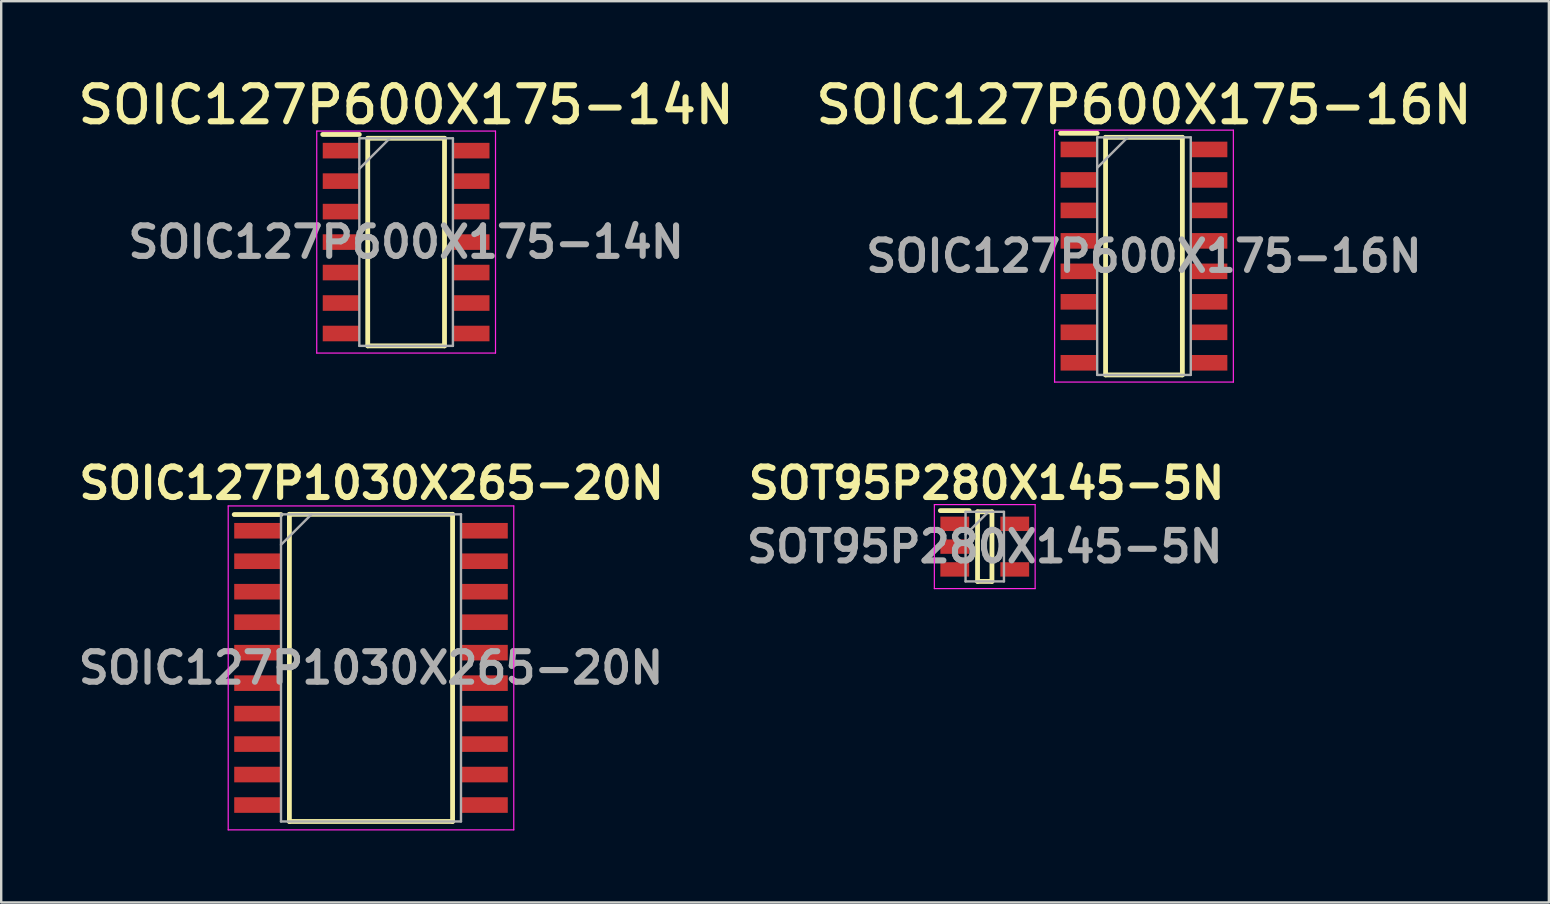
<source format=kicad_pcb>
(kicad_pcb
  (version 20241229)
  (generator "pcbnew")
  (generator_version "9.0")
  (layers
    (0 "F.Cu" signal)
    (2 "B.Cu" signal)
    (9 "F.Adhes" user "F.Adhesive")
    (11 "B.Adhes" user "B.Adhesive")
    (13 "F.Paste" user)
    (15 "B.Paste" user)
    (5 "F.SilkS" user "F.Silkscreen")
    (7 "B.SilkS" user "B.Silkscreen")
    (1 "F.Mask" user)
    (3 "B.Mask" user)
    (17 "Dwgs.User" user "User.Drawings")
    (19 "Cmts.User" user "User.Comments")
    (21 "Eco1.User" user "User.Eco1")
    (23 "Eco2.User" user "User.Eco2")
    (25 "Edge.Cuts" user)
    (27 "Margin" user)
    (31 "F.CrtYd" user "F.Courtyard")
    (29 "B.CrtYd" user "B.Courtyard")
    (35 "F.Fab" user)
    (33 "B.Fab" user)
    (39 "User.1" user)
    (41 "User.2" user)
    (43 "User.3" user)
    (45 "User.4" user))
  (footprint "SOIC127P600X175-14N"
    (layer "F.Cu")
    (at 13.874 7.038)
    (property "Reference" "SOIC127P600X175-14N" (at 0 -5.715 0) (layer "F.SilkS") (effects (font (size 1.5 1.5) (thickness 0.254))))
    (attr smd)
    (fp_line (start -3.475 -4.485) (end -1.95 -4.485) (stroke (width 0.2) (type solid)) (layer "F.SilkS"))
    (fp_line (start -1.6 -4.325) (end 1.6 -4.325) (stroke (width 0.2) (type solid)) (layer "F.SilkS"))
    (fp_line (start -1.6 4.325) (end -1.6 -4.325) (stroke (width 0.2) (type solid)) (layer "F.SilkS"))
    (fp_line (start 1.6 -4.325) (end 1.6 4.325) (stroke (width 0.2) (type solid)) (layer "F.SilkS"))
    (fp_line (start 1.6 4.325) (end -1.6 4.325) (stroke (width 0.2) (type solid)) (layer "F.SilkS"))
    (fp_line (start -3.725 -4.625) (end 3.725 -4.625) (stroke (width 0.05) (type solid)) (layer "F.CrtYd"))
    (fp_line (start -3.725 4.625) (end -3.725 -4.625) (stroke (width 0.05) (type solid)) (layer "F.CrtYd"))
    (fp_line (start 3.725 -4.625) (end 3.725 4.625) (stroke (width 0.05) (type solid)) (layer "F.CrtYd"))
    (fp_line (start 3.725 4.625) (end -3.725 4.625) (stroke (width 0.05) (type solid)) (layer "F.CrtYd"))
    (fp_line (start -1.95 -4.325) (end 1.95 -4.325) (stroke (width 0.1) (type solid)) (layer "F.Fab"))
    (fp_line (start -1.95 -3.055) (end -0.68 -4.325) (stroke (width 0.1) (type solid)) (layer "F.Fab"))
    (fp_line (start -1.95 4.325) (end -1.95 -4.325) (stroke (width 0.1) (type solid)) (layer "F.Fab"))
    (fp_line (start 1.95 -4.325) (end 1.95 4.325) (stroke (width 0.1) (type solid)) (layer "F.Fab"))
    (fp_line (start 1.95 4.325) (end -1.95 4.325) (stroke (width 0.1) (type solid)) (layer "F.Fab"))
    (fp_text user "${REFERENCE}" (at 0 0 0) (layer "F.Fab") (effects (font (size 1.27 1.27) (thickness 0.254))))
    (pad "1" smd rect (at -2.712 -3.81 90) (size 0.65 1.525) (layers "F.Cu" "F.Mask" "F.Paste"))
    (pad "2" smd rect (at -2.712 -2.54 90) (size 0.65 1.525) (layers "F.Cu" "F.Mask" "F.Paste"))
    (pad "3" smd rect (at -2.712 -1.27 90) (size 0.65 1.525) (layers "F.Cu" "F.Mask" "F.Paste"))
    (pad "4" smd rect (at -2.712 0 90) (size 0.65 1.525) (layers "F.Cu" "F.Mask" "F.Paste"))
    (pad "5" smd rect (at -2.712 1.27 90) (size 0.65 1.525) (layers "F.Cu" "F.Mask" "F.Paste"))
    (pad "6" smd rect (at -2.712 2.54 90) (size 0.65 1.525) (layers "F.Cu" "F.Mask" "F.Paste"))
    (pad "7" smd rect (at -2.712 3.81 90) (size 0.65 1.525) (layers "F.Cu" "F.Mask" "F.Paste"))
    (pad "8" smd rect (at 2.712 3.81 90) (size 0.65 1.525) (layers "F.Cu" "F.Mask" "F.Paste"))
    (pad "9" smd rect (at 2.712 2.54 90) (size 0.65 1.525) (layers "F.Cu" "F.Mask" "F.Paste"))
    (pad "10" smd rect (at 2.712 1.27 90) (size 0.65 1.525) (layers "F.Cu" "F.Mask" "F.Paste"))
    (pad "11" smd rect (at 2.712 0 90) (size 0.65 1.525) (layers "F.Cu" "F.Mask" "F.Paste"))
    (pad "12" smd rect (at 2.712 -1.27 90) (size 0.65 1.525) (layers "F.Cu" "F.Mask" "F.Paste"))
    (pad "13" smd rect (at 2.712 -2.54 90) (size 0.65 1.525) (layers "F.Cu" "F.Mask" "F.Paste"))
    (pad "14" smd rect (at 2.712 -3.81 90) (size 0.65 1.525) (layers "F.Cu" "F.Mask" "F.Paste")))
  (footprint "SOT95P280X145-5N"
    (layer "F.Cu")
    (at 37.987 19.729)
    (property "Reference" "SOT95P280X145-5N" (at 0.076 -2.642 0) (layer "F.SilkS") (effects (font (size 1.27 1.27) (thickness 0.254))))
    (attr smd)
    (fp_line (start -1.85 -1.5) (end -0.65 -1.5) (stroke (width 0.2) (type solid)) (layer "F.SilkS"))
    (fp_line (start -0.3 -1.45) (end 0.3 -1.45) (stroke (width 0.2) (type solid)) (layer "F.SilkS"))
    (fp_line (start -0.3 1.45) (end -0.3 -1.45) (stroke (width 0.2) (type solid)) (layer "F.SilkS"))
    (fp_line (start 0.3 -1.45) (end 0.3 1.45) (stroke (width 0.2) (type solid)) (layer "F.SilkS"))
    (fp_line (start 0.3 1.45) (end -0.3 1.45) (stroke (width 0.2) (type solid)) (layer "F.SilkS"))
    (fp_line (start -2.1 -1.75) (end 2.1 -1.75) (stroke (width 0.05) (type solid)) (layer "F.CrtYd"))
    (fp_line (start -2.1 1.75) (end -2.1 -1.75) (stroke (width 0.05) (type solid)) (layer "F.CrtYd"))
    (fp_line (start 2.1 -1.75) (end 2.1 1.75) (stroke (width 0.05) (type solid)) (layer "F.CrtYd"))
    (fp_line (start 2.1 1.75) (end -2.1 1.75) (stroke (width 0.05) (type solid)) (layer "F.CrtYd"))
    (fp_line (start -0.8 -1.45) (end 0.8 -1.45) (stroke (width 0.1) (type solid)) (layer "F.Fab"))
    (fp_line (start -0.8 -0.5) (end 0.15 -1.45) (stroke (width 0.1) (type solid)) (layer "F.Fab"))
    (fp_line (start -0.8 1.45) (end -0.8 -1.45) (stroke (width 0.1) (type solid)) (layer "F.Fab"))
    (fp_line (start 0.8 -1.45) (end 0.8 1.45) (stroke (width 0.1) (type solid)) (layer "F.Fab"))
    (fp_line (start 0.8 1.45) (end -0.8 1.45) (stroke (width 0.1) (type solid)) (layer "F.Fab"))
    (fp_text user "${REFERENCE}" (at 0 0 0) (layer "F.Fab") (effects (font (size 1.27 1.27) (thickness 0.254))))
    (pad "1" smd rect (at -1.25 -0.95 90) (size 0.6 1.2) (layers "F.Cu" "F.Mask" "F.Paste"))
    (pad "2" smd rect (at -1.25 0 90) (size 0.6 1.2) (layers "F.Cu" "F.Mask" "F.Paste"))
    (pad "3" smd rect (at -1.25 0.95 90) (size 0.6 1.2) (layers "F.Cu" "F.Mask" "F.Paste"))
    (pad "4" smd rect (at 1.25 0.95 90) (size 0.6 1.2) (layers "F.Cu" "F.Mask" "F.Paste"))
    (pad "5" smd rect (at 1.25 -0.95 90) (size 0.6 1.2) (layers "F.Cu" "F.Mask" "F.Paste")))
  (footprint "SOIC127P1030X265-20N"
    (layer "F.Cu")
    (at 12.41 24.783)
    (property "Reference" "SOIC127P1030X265-20N" (at 0.025 -7.696 0) (layer "F.SilkS") (effects (font (size 1.27 1.27) (thickness 0.254))))
    (attr smd)
    (fp_line (start -5.7 -6.39) (end -3.75 -6.39) (stroke (width 0.2) (type solid)) (layer "F.SilkS"))
    (fp_line (start -3.4 -6.4) (end 3.4 -6.4) (stroke (width 0.2) (type solid)) (layer "F.SilkS"))
    (fp_line (start -3.4 6.4) (end -3.4 -6.4) (stroke (width 0.2) (type solid)) (layer "F.SilkS"))
    (fp_line (start 3.4 -6.4) (end 3.4 6.4) (stroke (width 0.2) (type solid)) (layer "F.SilkS"))
    (fp_line (start 3.4 6.4) (end -3.4 6.4) (stroke (width 0.2) (type solid)) (layer "F.SilkS"))
    (fp_line (start -5.95 -6.75) (end 5.95 -6.75) (stroke (width 0.05) (type solid)) (layer "F.CrtYd"))
    (fp_line (start -5.95 6.75) (end -5.95 -6.75) (stroke (width 0.05) (type solid)) (layer "F.CrtYd"))
    (fp_line (start 5.95 -6.75) (end 5.95 6.75) (stroke (width 0.05) (type solid)) (layer "F.CrtYd"))
    (fp_line (start 5.95 6.75) (end -5.95 6.75) (stroke (width 0.05) (type solid)) (layer "F.CrtYd"))
    (fp_line (start -3.75 -6.4) (end 3.75 -6.4) (stroke (width 0.1) (type solid)) (layer "F.Fab"))
    (fp_line (start -3.75 -5.13) (end -2.48 -6.4) (stroke (width 0.1) (type solid)) (layer "F.Fab"))
    (fp_line (start -3.75 6.4) (end -3.75 -6.4) (stroke (width 0.1) (type solid)) (layer "F.Fab"))
    (fp_line (start 3.75 -6.4) (end 3.75 6.4) (stroke (width 0.1) (type solid)) (layer "F.Fab"))
    (fp_line (start 3.75 6.4) (end -3.75 6.4) (stroke (width 0.1) (type solid)) (layer "F.Fab"))
    (fp_text user "${REFERENCE}" (at 0 0 0) (layer "F.Fab") (effects (font (size 1.27 1.27) (thickness 0.254))))
    (pad "1" smd rect (at -4.725 -5.715 90) (size 0.65 1.95) (layers "F.Cu" "F.Mask" "F.Paste"))
    (pad "2" smd rect (at -4.725 -4.445 90) (size 0.65 1.95) (layers "F.Cu" "F.Mask" "F.Paste"))
    (pad "3" smd rect (at -4.725 -3.175 90) (size 0.65 1.95) (layers "F.Cu" "F.Mask" "F.Paste"))
    (pad "4" smd rect (at -4.725 -1.905 90) (size 0.65 1.95) (layers "F.Cu" "F.Mask" "F.Paste"))
    (pad "5" smd rect (at -4.725 -0.635 90) (size 0.65 1.95) (layers "F.Cu" "F.Mask" "F.Paste"))
    (pad "6" smd rect (at -4.725 0.635 90) (size 0.65 1.95) (layers "F.Cu" "F.Mask" "F.Paste"))
    (pad "7" smd rect (at -4.725 1.905 90) (size 0.65 1.95) (layers "F.Cu" "F.Mask" "F.Paste"))
    (pad "8" smd rect (at -4.725 3.175 90) (size 0.65 1.95) (layers "F.Cu" "F.Mask" "F.Paste"))
    (pad "9" smd rect (at -4.725 4.445 90) (size 0.65 1.95) (layers "F.Cu" "F.Mask" "F.Paste"))
    (pad "10" smd rect (at -4.725 5.715 90) (size 0.65 1.95) (layers "F.Cu" "F.Mask" "F.Paste"))
    (pad "11" smd rect (at 4.725 5.715 90) (size 0.65 1.95) (layers "F.Cu" "F.Mask" "F.Paste"))
    (pad "12" smd rect (at 4.725 4.445 90) (size 0.65 1.95) (layers "F.Cu" "F.Mask" "F.Paste"))
    (pad "13" smd rect (at 4.725 3.175 90) (size 0.65 1.95) (layers "F.Cu" "F.Mask" "F.Paste"))
    (pad "14" smd rect (at 4.725 1.905 90) (size 0.65 1.95) (layers "F.Cu" "F.Mask" "F.Paste"))
    (pad "15" smd rect (at 4.725 0.635 90) (size 0.65 1.95) (layers "F.Cu" "F.Mask" "F.Paste"))
    (pad "16" smd rect (at 4.725 -0.635 90) (size 0.65 1.95) (layers "F.Cu" "F.Mask" "F.Paste"))
    (pad "17" smd rect (at 4.725 -1.905 90) (size 0.65 1.95) (layers "F.Cu" "F.Mask" "F.Paste"))
    (pad "18" smd rect (at 4.725 -3.175 90) (size 0.65 1.95) (layers "F.Cu" "F.Mask" "F.Paste"))
    (pad "19" smd rect (at 4.725 -4.445 90) (size 0.65 1.95) (layers "F.Cu" "F.Mask" "F.Paste"))
    (pad "20" smd rect (at 4.725 -5.715 90) (size 0.65 1.95) (layers "F.Cu" "F.Mask" "F.Paste")))
  (footprint "SOIC127P600X175-16N"
    (layer "F.Cu")
    (at 44.622 7.623)
    (property "Reference" "SOIC127P600X175-16N" (at 0 -6.3 0) (layer "F.SilkS") (effects (font (size 1.5 1.5) (thickness 0.254))))
    (attr smd)
    (fp_line (start -3.475 -5.12) (end -1.95 -5.12) (stroke (width 0.2) (type solid)) (layer "F.SilkS"))
    (fp_line (start -1.6 -4.95) (end 1.6 -4.95) (stroke (width 0.2) (type solid)) (layer "F.SilkS"))
    (fp_line (start -1.6 4.95) (end -1.6 -4.95) (stroke (width 0.2) (type solid)) (layer "F.SilkS"))
    (fp_line (start 1.6 -4.95) (end 1.6 4.95) (stroke (width 0.2) (type solid)) (layer "F.SilkS"))
    (fp_line (start 1.6 4.95) (end -1.6 4.95) (stroke (width 0.2) (type solid)) (layer "F.SilkS"))
    (fp_line (start -3.725 -5.25) (end 3.725 -5.25) (stroke (width 0.05) (type solid)) (layer "F.CrtYd"))
    (fp_line (start -3.725 5.25) (end -3.725 -5.25) (stroke (width 0.05) (type solid)) (layer "F.CrtYd"))
    (fp_line (start 3.725 -5.25) (end 3.725 5.25) (stroke (width 0.05) (type solid)) (layer "F.CrtYd"))
    (fp_line (start 3.725 5.25) (end -3.725 5.25) (stroke (width 0.05) (type solid)) (layer "F.CrtYd"))
    (fp_line (start -1.95 -4.95) (end 1.95 -4.95) (stroke (width 0.1) (type solid)) (layer "F.Fab"))
    (fp_line (start -1.95 -3.68) (end -0.68 -4.95) (stroke (width 0.1) (type solid)) (layer "F.Fab"))
    (fp_line (start -1.95 4.95) (end -1.95 -4.95) (stroke (width 0.1) (type solid)) (layer "F.Fab"))
    (fp_line (start 1.95 -4.95) (end 1.95 4.95) (stroke (width 0.1) (type solid)) (layer "F.Fab"))
    (fp_line (start 1.95 4.95) (end -1.95 4.95) (stroke (width 0.1) (type solid)) (layer "F.Fab"))
    (fp_text user "${REFERENCE}" (at 0 0 0) (layer "F.Fab") (effects (font (size 1.27 1.27) (thickness 0.254))))
    (pad "1" smd rect (at -2.712 -4.445 90) (size 0.65 1.525) (layers "F.Cu" "F.Mask" "F.Paste"))
    (pad "2" smd rect (at -2.712 -3.175 90) (size 0.65 1.525) (layers "F.Cu" "F.Mask" "F.Paste"))
    (pad "3" smd rect (at -2.712 -1.905 90) (size 0.65 1.525) (layers "F.Cu" "F.Mask" "F.Paste"))
    (pad "4" smd rect (at -2.712 -0.635 90) (size 0.65 1.525) (layers "F.Cu" "F.Mask" "F.Paste"))
    (pad "5" smd rect (at -2.712 0.635 90) (size 0.65 1.525) (layers "F.Cu" "F.Mask" "F.Paste"))
    (pad "6" smd rect (at -2.712 1.905 90) (size 0.65 1.525) (layers "F.Cu" "F.Mask" "F.Paste"))
    (pad "7" smd rect (at -2.712 3.175 90) (size 0.65 1.525) (layers "F.Cu" "F.Mask" "F.Paste"))
    (pad "8" smd rect (at -2.712 4.445 90) (size 0.65 1.525) (layers "F.Cu" "F.Mask" "F.Paste"))
    (pad "9" smd rect (at 2.712 4.445 90) (size 0.65 1.525) (layers "F.Cu" "F.Mask" "F.Paste"))
    (pad "10" smd rect (at 2.712 3.175 90) (size 0.65 1.525) (layers "F.Cu" "F.Mask" "F.Paste"))
    (pad "11" smd rect (at 2.712 1.905 90) (size 0.65 1.525) (layers "F.Cu" "F.Mask" "F.Paste"))
    (pad "12" smd rect (at 2.712 0.635 90) (size 0.65 1.525) (layers "F.Cu" "F.Mask" "F.Paste"))
    (pad "13" smd rect (at 2.712 -0.635 90) (size 0.65 1.525) (layers "F.Cu" "F.Mask" "F.Paste"))
    (pad "14" smd rect (at 2.712 -1.905 90) (size 0.65 1.525) (layers "F.Cu" "F.Mask" "F.Paste"))
    (pad "15" smd rect (at 2.712 -3.175 90) (size 0.65 1.525) (layers "F.Cu" "F.Mask" "F.Paste"))
    (pad "16" smd rect (at 2.712 -4.445 90) (size 0.65 1.525) (layers "F.Cu" "F.Mask" "F.Paste")))
  (gr_rect
    (start -3 -3)
    (end 61.495 34.558)
    (stroke (width 0.1) (type default))
    (fill no)
    (layer "Edge.Cuts")))
</source>
